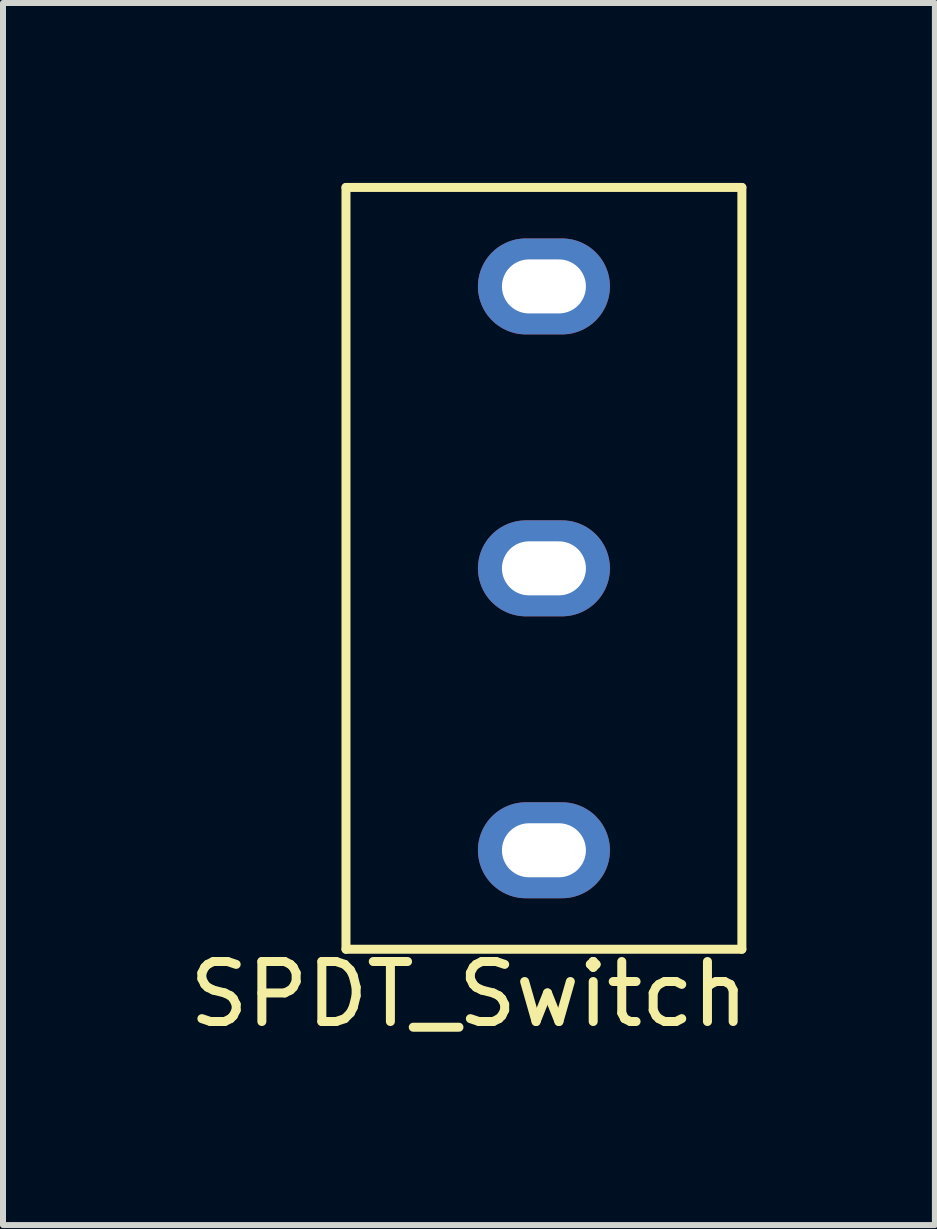
<source format=kicad_pcb>
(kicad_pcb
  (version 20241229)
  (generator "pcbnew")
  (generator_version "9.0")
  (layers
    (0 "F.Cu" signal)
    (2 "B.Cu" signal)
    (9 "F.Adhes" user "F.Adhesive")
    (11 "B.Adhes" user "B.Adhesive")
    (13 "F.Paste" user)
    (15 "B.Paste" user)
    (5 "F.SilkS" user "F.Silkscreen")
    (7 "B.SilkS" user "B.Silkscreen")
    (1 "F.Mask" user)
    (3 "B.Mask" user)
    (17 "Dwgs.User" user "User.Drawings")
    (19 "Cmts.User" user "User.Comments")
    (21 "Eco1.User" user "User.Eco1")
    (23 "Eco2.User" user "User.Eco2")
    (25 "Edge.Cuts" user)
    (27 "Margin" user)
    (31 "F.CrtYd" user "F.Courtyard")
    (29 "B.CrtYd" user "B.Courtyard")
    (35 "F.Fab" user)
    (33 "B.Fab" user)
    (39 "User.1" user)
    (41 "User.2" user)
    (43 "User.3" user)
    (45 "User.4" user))
  (footprint "SPDT_Switch"
    (layer "F.Cu")
    (at 6.018 6.425)
    (property "Reference" "SPDT_Switch" (at -1.25 7.1 0) (layer "F.SilkS") (effects (font (size 1 1) (thickness 0.15))))
    (attr through_hole)
    (fp_line (start -3.3 6.35) (end -3.3 -6.35) (stroke (width 0.15) (type solid)) (layer "F.SilkS"))
    (fp_line (start -3.3 6.35) (end 3.3 6.35) (stroke (width 0.15) (type solid)) (layer "F.SilkS"))
    (fp_line (start 3.3 -6.35) (end -3.3 -6.35) (stroke (width 0.15) (type solid)) (layer "F.SilkS"))
    (fp_line (start 3.3 6.35) (end 3.3 -6.35) (stroke (width 0.15) (type solid)) (layer "F.SilkS"))
    (pad "1" thru_hole oval (at 0 -4.7) (size 2.2 1.6) (drill oval 1.4 0.9) (layers "*.Cu" "*.Mask"))
    (pad "2" thru_hole oval (at 0 0) (size 2.2 1.6) (drill oval 1.4 0.9) (layers "*.Cu" "*.Mask"))
    (pad "3" thru_hole oval (at 0 4.7) (size 2.2 1.6) (drill oval 1.4 0.9) (layers "*.Cu" "*.Mask")))
  (gr_rect
    (start -3 -3)
    (end 12.536 17.373)
    (stroke (width 0.1) (type default))
    (fill no)
    (layer "Edge.Cuts")))
</source>
